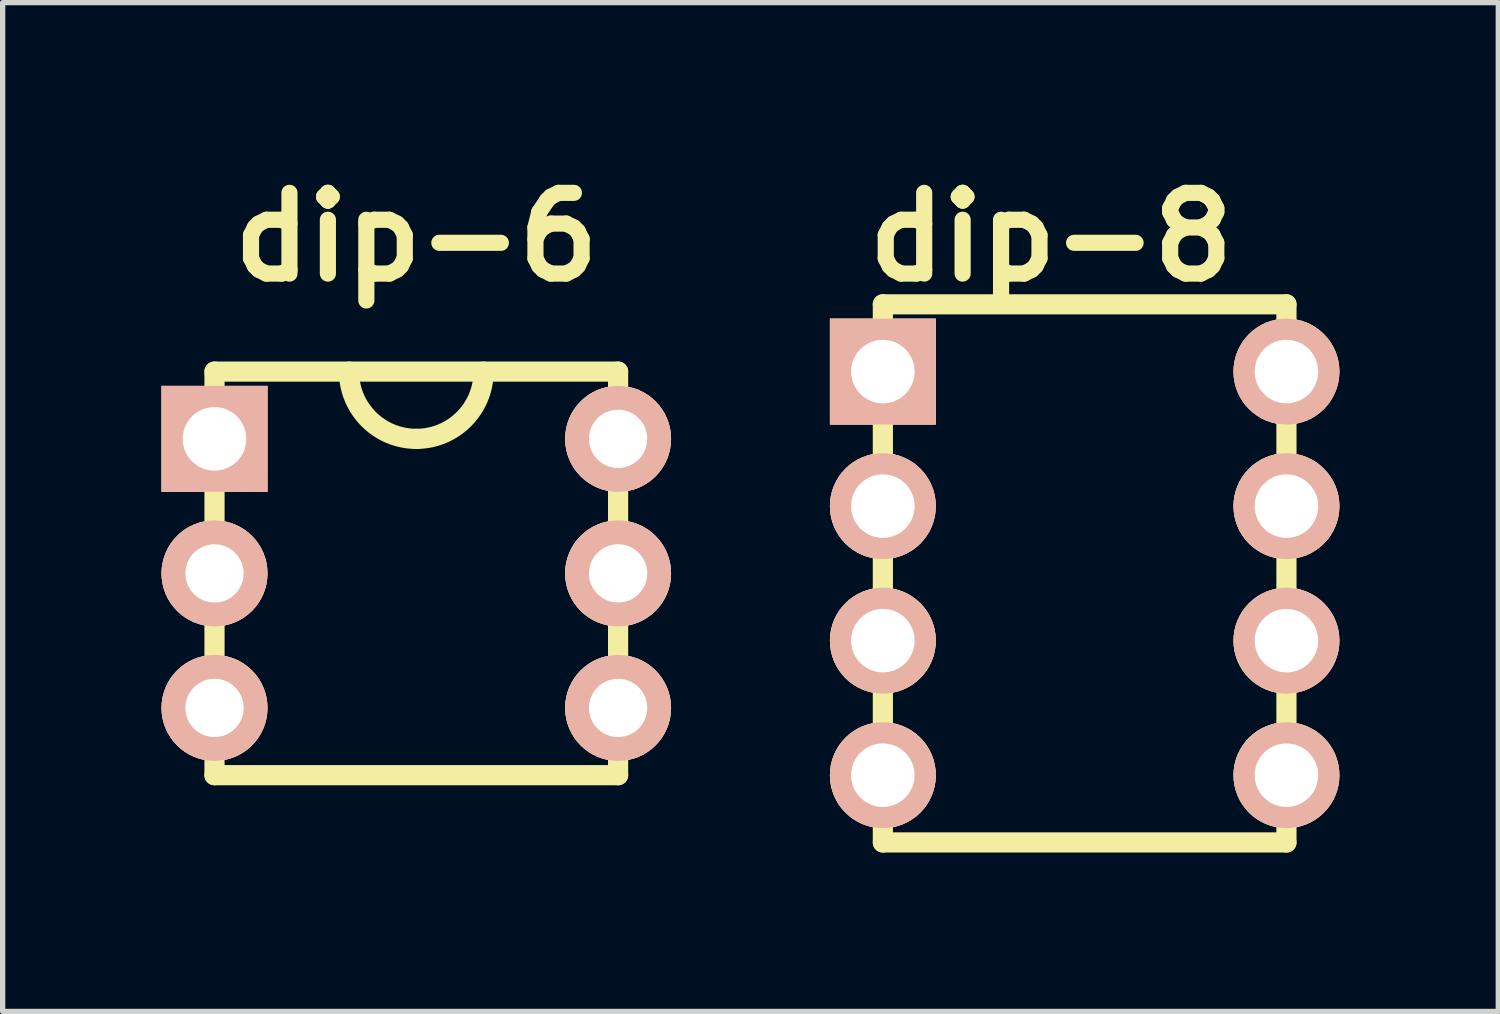
<source format=kicad_pcb>
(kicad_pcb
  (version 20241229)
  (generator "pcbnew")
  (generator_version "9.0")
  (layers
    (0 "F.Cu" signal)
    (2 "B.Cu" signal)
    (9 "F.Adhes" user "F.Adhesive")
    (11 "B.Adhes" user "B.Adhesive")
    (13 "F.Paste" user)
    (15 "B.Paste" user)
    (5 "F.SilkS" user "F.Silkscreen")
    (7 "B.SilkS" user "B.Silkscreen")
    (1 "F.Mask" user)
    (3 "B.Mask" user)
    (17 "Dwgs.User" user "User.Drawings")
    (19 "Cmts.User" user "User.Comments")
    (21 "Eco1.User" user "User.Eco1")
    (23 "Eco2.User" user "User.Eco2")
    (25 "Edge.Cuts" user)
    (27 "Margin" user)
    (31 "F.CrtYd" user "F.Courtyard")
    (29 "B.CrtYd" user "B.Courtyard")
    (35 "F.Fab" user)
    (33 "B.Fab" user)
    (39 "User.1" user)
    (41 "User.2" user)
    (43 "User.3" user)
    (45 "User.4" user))
  (footprint "dip-8"
    (layer "F.Cu")
    (at 13.619 3.966)
    (property "Reference" "dip-8" (at 3.175 -2.54 0) (layer "F.SilkS") (effects (font (size 1.524 1.524) (thickness 0.305))))
    (attr through_hole)
    (fp_line (start 0 -1.27) (end 0 8.89) (stroke (width 0.381) (type solid)) (layer "F.SilkS"))
    (fp_line (start 0 8.89) (end 7.62 8.89) (stroke (width 0.381) (type solid)) (layer "F.SilkS"))
    (fp_line (start 7.62 -1.27) (end 0 -1.27) (stroke (width 0.381) (type solid)) (layer "F.SilkS"))
    (fp_line (start 7.62 -1.27) (end 7.62 8.89) (stroke (width 0.381) (type solid)) (layer "F.SilkS"))
    (pad "1" thru_hole rect (at 0 0) (size 1.999 1.999) (drill 1.199) (layers "*.Cu" "*.SilkS" "*.Mask"))
    (pad "2" thru_hole circle (at 0 2.54) (size 1.999 1.999) (drill 1.199) (layers "*.Cu" "*.SilkS" "*.Mask"))
    (pad "3" thru_hole circle (at 0 5.08) (size 1.999 1.999) (drill 1.199) (layers "*.Cu" "*.SilkS" "*.Mask"))
    (pad "4" thru_hole circle (at 0 7.62) (size 1.999 1.999) (drill 1.199) (layers "*.Cu" "*.SilkS" "*.Mask"))
    (pad "5" thru_hole circle (at 7.62 7.62) (size 1.999 1.999) (drill 1.199) (layers "*.Cu" "*.SilkS" "*.Mask"))
    (pad "6" thru_hole circle (at 7.62 5.08) (size 1.999 1.999) (drill 1.199) (layers "*.Cu" "*.SilkS" "*.Mask"))
    (pad "7" thru_hole circle (at 7.62 2.54) (size 1.999 1.999) (drill 1.199) (layers "*.Cu" "*.SilkS" "*.Mask"))
    (pad "8" thru_hole circle (at 7.62 0) (size 1.999 1.999) (drill 1.199) (layers "*.Cu" "*.SilkS" "*.Mask")))
  (footprint "dip-6"
    (layer "F.Cu")
    (at 1 5.236)
    (property "Reference" "dip-6" (at 3.81 -3.81 0) (layer "F.SilkS") (effects (font (size 1.524 1.524) (thickness 0.305))))
    (attr through_hole)
    (fp_line (start 0 -1.27) (end 0 6.35) (stroke (width 0.381) (type solid)) (layer "F.SilkS"))
    (fp_line (start 0 -1.27) (end 7.62 -1.27) (stroke (width 0.381) (type solid)) (layer "F.SilkS"))
    (fp_line (start 0 6.35) (end 7.62 6.35) (stroke (width 0.381) (type solid)) (layer "F.SilkS"))
    (fp_line (start 7.62 -1.27) (end 7.62 6.35) (stroke (width 0.381) (type solid)) (layer "F.SilkS"))
    (fp_arc (start 3.81 0) (mid 2.911974 -0.371974) (end 2.54 -1.27) (stroke (width 0.381) (type solid)) (layer "F.SilkS"))
    (fp_arc (start 5.08 -1.27) (mid 4.708026 -0.371974) (end 3.81 0) (stroke (width 0.381) (type solid)) (layer "F.SilkS"))
    (pad "1" thru_hole rect (at 0 0) (size 2 2) (drill 1.2) (layers "*.Cu" "*.SilkS" "*.Mask"))
    (pad "2" thru_hole circle (at 0 2.54) (size 2 2) (drill 1.1) (layers "*.Cu" "*.SilkS" "*.Mask"))
    (pad "3" thru_hole circle (at 0 5.08) (size 2 2) (drill 1.1) (layers "*.Cu" "*.SilkS" "*.Mask"))
    (pad "4" thru_hole circle (at 7.62 5.08) (size 2 2) (drill 1.1) (layers "*.Cu" "*.SilkS" "*.Mask"))
    (pad "5" thru_hole circle (at 7.62 2.54) (size 2 2) (drill 1.1) (layers "*.Cu" "*.SilkS" "*.Mask"))
    (pad "6" thru_hole circle (at 7.62 0) (size 2 2) (drill 1.1) (layers "*.Cu" "*.SilkS" "*.Mask")))
  (gr_rect
    (start -3 -3)
    (end 25.239 16.047)
    (stroke (width 0.1) (type default))
    (fill no)
    (layer "Edge.Cuts")))
</source>
